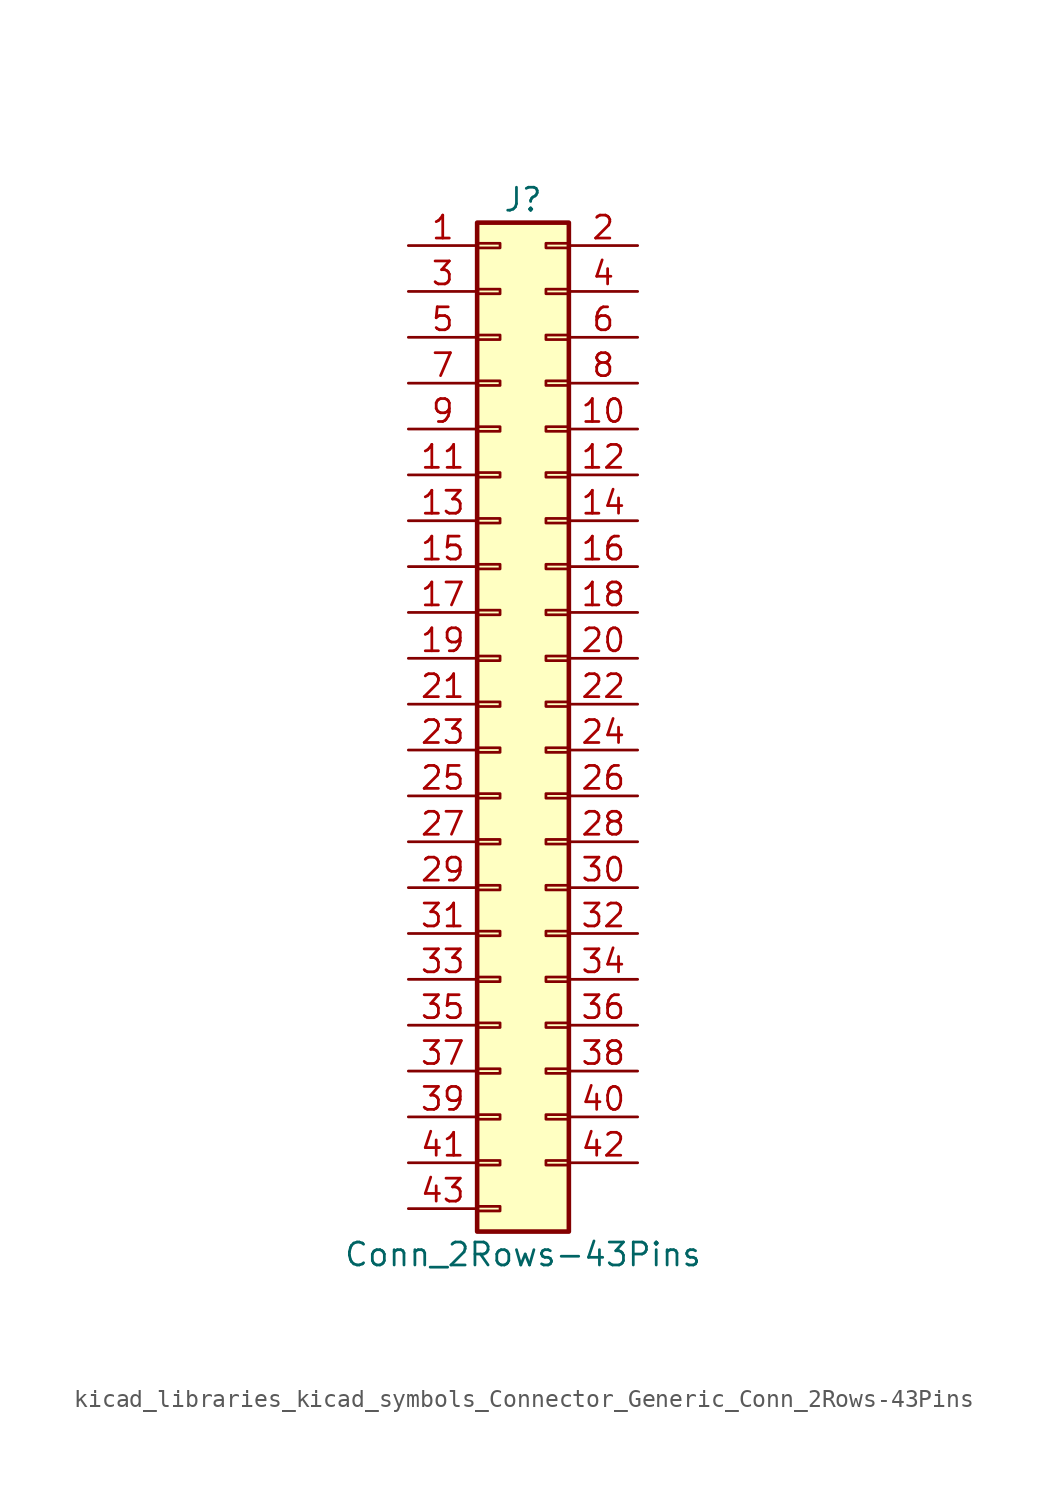
<source format=kicad_sym>
(kicad_symbol_lib
  (version 20220914)
  (generator kicad_symbol_editor)
  (symbol "kicad_libraries_kicad_symbols_Connector_Generic_Conn_2Rows-43Pins"
    (pin_names
      (offset 1.016) hide)
    (property "Reference" "J"
      (at 1.27 27.94 0)
      (effects (font (size 1.27 1.27))))
    (property "Value" "Conn_2Rows-43Pins"
      (at 1.27 -30.48 0)
      (effects (font (size 1.27 1.27))))
    (symbol "kicad_libraries_kicad_symbols_Connector_Generic_Conn_2Rows-43Pins_1_1"
      (rectangle (start -1.27 -27.813) (end 0 -28.067) (stroke (width 0.152) (type default)) (fill (type none)))
      (rectangle (start -1.27 -25.273) (end 0 -25.527) (stroke (width 0.152) (type default)) (fill (type none)))
      (rectangle (start -1.27 -22.733) (end 0 -22.987) (stroke (width 0.152) (type default)) (fill (type none)))
      (rectangle (start -1.27 -20.193) (end 0 -20.447) (stroke (width 0.152) (type default)) (fill (type none)))
      (rectangle (start -1.27 -17.653) (end 0 -17.907) (stroke (width 0.152) (type default)) (fill (type none)))
      (rectangle (start -1.27 -15.113) (end 0 -15.367) (stroke (width 0.152) (type default)) (fill (type none)))
      (rectangle (start -1.27 -12.573) (end 0 -12.827) (stroke (width 0.152) (type default)) (fill (type none)))
      (rectangle (start -1.27 -10.033) (end 0 -10.287) (stroke (width 0.152) (type default)) (fill (type none)))
      (rectangle (start -1.27 -7.493) (end 0 -7.747) (stroke (width 0.152) (type default)) (fill (type none)))
      (rectangle (start -1.27 -4.953) (end 0 -5.207) (stroke (width 0.152) (type default)) (fill (type none)))
      (rectangle (start -1.27 -2.413) (end 0 -2.667) (stroke (width 0.152) (type default)) (fill (type none)))
      (rectangle (start -1.27 0.127) (end 0 -0.127) (stroke (width 0.152) (type default)) (fill (type none)))
      (rectangle (start -1.27 2.667) (end 0 2.413) (stroke (width 0.152) (type default)) (fill (type none)))
      (rectangle (start -1.27 5.207) (end 0 4.953) (stroke (width 0.152) (type default)) (fill (type none)))
      (rectangle (start -1.27 7.747) (end 0 7.493) (stroke (width 0.152) (type default)) (fill (type none)))
      (rectangle (start -1.27 10.287) (end 0 10.033) (stroke (width 0.152) (type default)) (fill (type none)))
      (rectangle (start -1.27 12.827) (end 0 12.573) (stroke (width 0.152) (type default)) (fill (type none)))
      (rectangle (start -1.27 15.367) (end 0 15.113) (stroke (width 0.152) (type default)) (fill (type none)))
      (rectangle (start -1.27 17.907) (end 0 17.653) (stroke (width 0.152) (type default)) (fill (type none)))
      (rectangle (start -1.27 20.447) (end 0 20.193) (stroke (width 0.152) (type default)) (fill (type none)))
      (rectangle (start -1.27 22.987) (end 0 22.733) (stroke (width 0.152) (type default)) (fill (type none)))
      (rectangle (start -1.27 25.527) (end 0 25.273) (stroke (width 0.152) (type default)) (fill (type none)))
      (rectangle (start -1.27 26.67) (end 3.81 -29.21) (stroke (width 0.254) (type default)) (fill (type background)))
      (rectangle (start 3.81 -25.273) (end 2.54 -25.527) (stroke (width 0.152) (type default)) (fill (type none)))
      (rectangle (start 3.81 -22.733) (end 2.54 -22.987) (stroke (width 0.152) (type default)) (fill (type none)))
      (rectangle (start 3.81 -20.193) (end 2.54 -20.447) (stroke (width 0.152) (type default)) (fill (type none)))
      (rectangle (start 3.81 -17.653) (end 2.54 -17.907) (stroke (width 0.152) (type default)) (fill (type none)))
      (rectangle (start 3.81 -15.113) (end 2.54 -15.367) (stroke (width 0.152) (type default)) (fill (type none)))
      (rectangle (start 3.81 -12.573) (end 2.54 -12.827) (stroke (width 0.152) (type default)) (fill (type none)))
      (rectangle (start 3.81 -10.033) (end 2.54 -10.287) (stroke (width 0.152) (type default)) (fill (type none)))
      (rectangle (start 3.81 -7.493) (end 2.54 -7.747) (stroke (width 0.152) (type default)) (fill (type none)))
      (rectangle (start 3.81 -4.953) (end 2.54 -5.207) (stroke (width 0.152) (type default)) (fill (type none)))
      (rectangle (start 3.81 -2.413) (end 2.54 -2.667) (stroke (width 0.152) (type default)) (fill (type none)))
      (rectangle (start 3.81 0.127) (end 2.54 -0.127) (stroke (width 0.152) (type default)) (fill (type none)))
      (rectangle (start 3.81 2.667) (end 2.54 2.413) (stroke (width 0.152) (type default)) (fill (type none)))
      (rectangle (start 3.81 5.207) (end 2.54 4.953) (stroke (width 0.152) (type default)) (fill (type none)))
      (rectangle (start 3.81 7.747) (end 2.54 7.493) (stroke (width 0.152) (type default)) (fill (type none)))
      (rectangle (start 3.81 10.287) (end 2.54 10.033) (stroke (width 0.152) (type default)) (fill (type none)))
      (rectangle (start 3.81 12.827) (end 2.54 12.573) (stroke (width 0.152) (type default)) (fill (type none)))
      (rectangle (start 3.81 15.367) (end 2.54 15.113) (stroke (width 0.152) (type default)) (fill (type none)))
      (rectangle (start 3.81 17.907) (end 2.54 17.653) (stroke (width 0.152) (type default)) (fill (type none)))
      (rectangle (start 3.81 20.447) (end 2.54 20.193) (stroke (width 0.152) (type default)) (fill (type none)))
      (rectangle (start 3.81 22.987) (end 2.54 22.733) (stroke (width 0.152) (type default)) (fill (type none)))
      (rectangle (start 3.81 25.527) (end 2.54 25.273) (stroke (width 0.152) (type default)) (fill (type none)))
      (pin passive line (at -5.08 25.4 0) (length 3.81) (name "Pin_1" (effects (font (size 1.27 1.27)))) (number "1" (effects (font (size 1.27 1.27)))))
      (pin passive line (at 7.62 15.24 180) (length 3.81) (name "Pin_10" (effects (font (size 1.27 1.27)))) (number "10" (effects (font (size 1.27 1.27)))))
      (pin passive line (at -5.08 12.7 0) (length 3.81) (name "Pin_11" (effects (font (size 1.27 1.27)))) (number "11" (effects (font (size 1.27 1.27)))))
      (pin passive line (at 7.62 12.7 180) (length 3.81) (name "Pin_12" (effects (font (size 1.27 1.27)))) (number "12" (effects (font (size 1.27 1.27)))))
      (pin passive line (at -5.08 10.16 0) (length 3.81) (name "Pin_13" (effects (font (size 1.27 1.27)))) (number "13" (effects (font (size 1.27 1.27)))))
      (pin passive line (at 7.62 10.16 180) (length 3.81) (name "Pin_14" (effects (font (size 1.27 1.27)))) (number "14" (effects (font (size 1.27 1.27)))))
      (pin passive line (at -5.08 7.62 0) (length 3.81) (name "Pin_15" (effects (font (size 1.27 1.27)))) (number "15" (effects (font (size 1.27 1.27)))))
      (pin passive line (at 7.62 7.62 180) (length 3.81) (name "Pin_16" (effects (font (size 1.27 1.27)))) (number "16" (effects (font (size 1.27 1.27)))))
      (pin passive line (at -5.08 5.08 0) (length 3.81) (name "Pin_17" (effects (font (size 1.27 1.27)))) (number "17" (effects (font (size 1.27 1.27)))))
      (pin passive line (at 7.62 5.08 180) (length 3.81) (name "Pin_18" (effects (font (size 1.27 1.27)))) (number "18" (effects (font (size 1.27 1.27)))))
      (pin passive line (at -5.08 2.54 0) (length 3.81) (name "Pin_19" (effects (font (size 1.27 1.27)))) (number "19" (effects (font (size 1.27 1.27)))))
      (pin passive line (at 7.62 25.4 180) (length 3.81) (name "Pin_2" (effects (font (size 1.27 1.27)))) (number "2" (effects (font (size 1.27 1.27)))))
      (pin passive line (at 7.62 2.54 180) (length 3.81) (name "Pin_20" (effects (font (size 1.27 1.27)))) (number "20" (effects (font (size 1.27 1.27)))))
      (pin passive line (at -5.08 0 0) (length 3.81) (name "Pin_21" (effects (font (size 1.27 1.27)))) (number "21" (effects (font (size 1.27 1.27)))))
      (pin passive line (at 7.62 0 180) (length 3.81) (name "Pin_22" (effects (font (size 1.27 1.27)))) (number "22" (effects (font (size 1.27 1.27)))))
      (pin passive line (at -5.08 -2.54 0) (length 3.81) (name "Pin_23" (effects (font (size 1.27 1.27)))) (number "23" (effects (font (size 1.27 1.27)))))
      (pin passive line (at 7.62 -2.54 180) (length 3.81) (name "Pin_24" (effects (font (size 1.27 1.27)))) (number "24" (effects (font (size 1.27 1.27)))))
      (pin passive line (at -5.08 -5.08 0) (length 3.81) (name "Pin_25" (effects (font (size 1.27 1.27)))) (number "25" (effects (font (size 1.27 1.27)))))
      (pin passive line (at 7.62 -5.08 180) (length 3.81) (name "Pin_26" (effects (font (size 1.27 1.27)))) (number "26" (effects (font (size 1.27 1.27)))))
      (pin passive line (at -5.08 -7.62 0) (length 3.81) (name "Pin_27" (effects (font (size 1.27 1.27)))) (number "27" (effects (font (size 1.27 1.27)))))
      (pin passive line (at 7.62 -7.62 180) (length 3.81) (name "Pin_28" (effects (font (size 1.27 1.27)))) (number "28" (effects (font (size 1.27 1.27)))))
      (pin passive line (at -5.08 -10.16 0) (length 3.81) (name "Pin_29" (effects (font (size 1.27 1.27)))) (number "29" (effects (font (size 1.27 1.27)))))
      (pin passive line (at -5.08 22.86 0) (length 3.81) (name "Pin_3" (effects (font (size 1.27 1.27)))) (number "3" (effects (font (size 1.27 1.27)))))
      (pin passive line (at 7.62 -10.16 180) (length 3.81) (name "Pin_30" (effects (font (size 1.27 1.27)))) (number "30" (effects (font (size 1.27 1.27)))))
      (pin passive line (at -5.08 -12.7 0) (length 3.81) (name "Pin_31" (effects (font (size 1.27 1.27)))) (number "31" (effects (font (size 1.27 1.27)))))
      (pin passive line (at 7.62 -12.7 180) (length 3.81) (name "Pin_32" (effects (font (size 1.27 1.27)))) (number "32" (effects (font (size 1.27 1.27)))))
      (pin passive line (at -5.08 -15.24 0) (length 3.81) (name "Pin_33" (effects (font (size 1.27 1.27)))) (number "33" (effects (font (size 1.27 1.27)))))
      (pin passive line (at 7.62 -15.24 180) (length 3.81) (name "Pin_34" (effects (font (size 1.27 1.27)))) (number "34" (effects (font (size 1.27 1.27)))))
      (pin passive line (at -5.08 -17.78 0) (length 3.81) (name "Pin_35" (effects (font (size 1.27 1.27)))) (number "35" (effects (font (size 1.27 1.27)))))
      (pin passive line (at 7.62 -17.78 180) (length 3.81) (name "Pin_36" (effects (font (size 1.27 1.27)))) (number "36" (effects (font (size 1.27 1.27)))))
      (pin passive line (at -5.08 -20.32 0) (length 3.81) (name "Pin_37" (effects (font (size 1.27 1.27)))) (number "37" (effects (font (size 1.27 1.27)))))
      (pin passive line (at 7.62 -20.32 180) (length 3.81) (name "Pin_38" (effects (font (size 1.27 1.27)))) (number "38" (effects (font (size 1.27 1.27)))))
      (pin passive line (at -5.08 -22.86 0) (length 3.81) (name "Pin_39" (effects (font (size 1.27 1.27)))) (number "39" (effects (font (size 1.27 1.27)))))
      (pin passive line (at 7.62 22.86 180) (length 3.81) (name "Pin_4" (effects (font (size 1.27 1.27)))) (number "4" (effects (font (size 1.27 1.27)))))
      (pin passive line (at 7.62 -22.86 180) (length 3.81) (name "Pin_40" (effects (font (size 1.27 1.27)))) (number "40" (effects (font (size 1.27 1.27)))))
      (pin passive line (at -5.08 -25.4 0) (length 3.81) (name "Pin_41" (effects (font (size 1.27 1.27)))) (number "41" (effects (font (size 1.27 1.27)))))
      (pin passive line (at 7.62 -25.4 180) (length 3.81) (name "Pin_42" (effects (font (size 1.27 1.27)))) (number "42" (effects (font (size 1.27 1.27)))))
      (pin passive line (at -5.08 -27.94 0) (length 3.81) (name "Pin_43" (effects (font (size 1.27 1.27)))) (number "43" (effects (font (size 1.27 1.27)))))
      (pin passive line (at -5.08 20.32 0) (length 3.81) (name "Pin_5" (effects (font (size 1.27 1.27)))) (number "5" (effects (font (size 1.27 1.27)))))
      (pin passive line (at 7.62 20.32 180) (length 3.81) (name "Pin_6" (effects (font (size 1.27 1.27)))) (number "6" (effects (font (size 1.27 1.27)))))
      (pin passive line (at -5.08 17.78 0) (length 3.81) (name "Pin_7" (effects (font (size 1.27 1.27)))) (number "7" (effects (font (size 1.27 1.27)))))
      (pin passive line (at 7.62 17.78 180) (length 3.81) (name "Pin_8" (effects (font (size 1.27 1.27)))) (number "8" (effects (font (size 1.27 1.27)))))
      (pin passive line (at -5.08 15.24 0) (length 3.81) (name "Pin_9" (effects (font (size 1.27 1.27)))) (number "9" (effects (font (size 1.27 1.27))))))))
</source>
